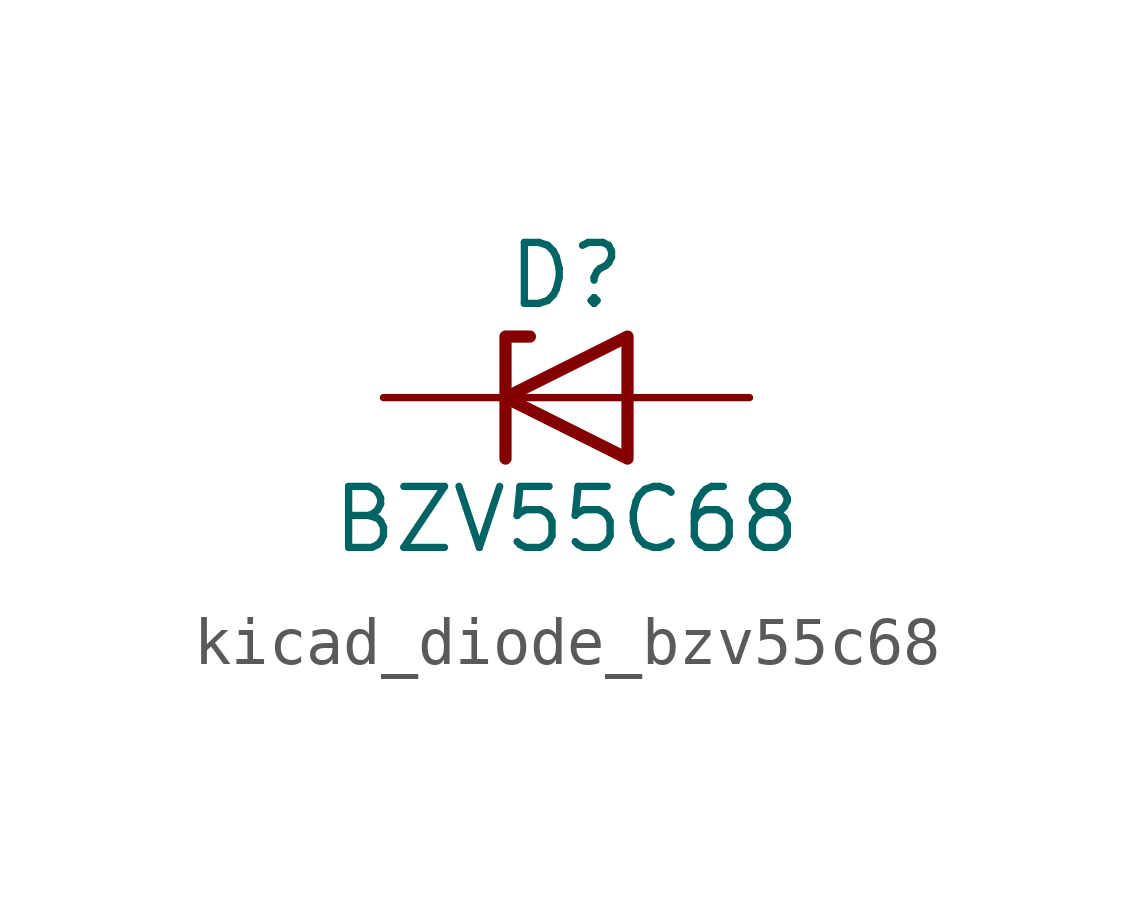
<source format=kicad_sym>
(kicad_symbol_lib
  (version 20220914)
  (generator kicad_symbol_editor)
  (symbol "kicad_diode_bzv55c68"
    (pin_numbers hide)
    (pin_names hide)
    (property "Reference" "D"
      (at 0 2.54 0)
      (effects (font (size 1.27 1.27))))
    (property "Value" "BZV55C68"
      (at 0 -2.54 0)
      (effects (font (size 1.27 1.27))))
    (symbol "kicad_diode_bzv55c68_0_1"
      (polyline (pts (xy 1.27 0) (xy -1.27 0)) (stroke (width 0) (type default)) (fill (type none)))
      (polyline (pts (xy -1.27 -1.27) (xy -1.27 1.27) (xy -0.762 1.27)) (stroke (width 0.254) (type default)) (fill (type none)))
      (polyline (pts (xy 1.27 -1.27) (xy 1.27 1.27) (xy -1.27 0) (xy 1.27 -1.27)) (stroke (width 0.254) (type default)) (fill (type none))))
    (symbol "kicad_diode_bzv55c68_1_1"
      (pin passive line (at -3.81 0 0) (length 2.54) (name "K" (effects (font (size 1.27 1.27)))) (number "1" (effects (font (size 1.27 1.27)))))
      (pin passive line (at 3.81 0 180) (length 2.54) (name "A" (effects (font (size 1.27 1.27)))) (number "2" (effects (font (size 1.27 1.27))))))))
</source>
